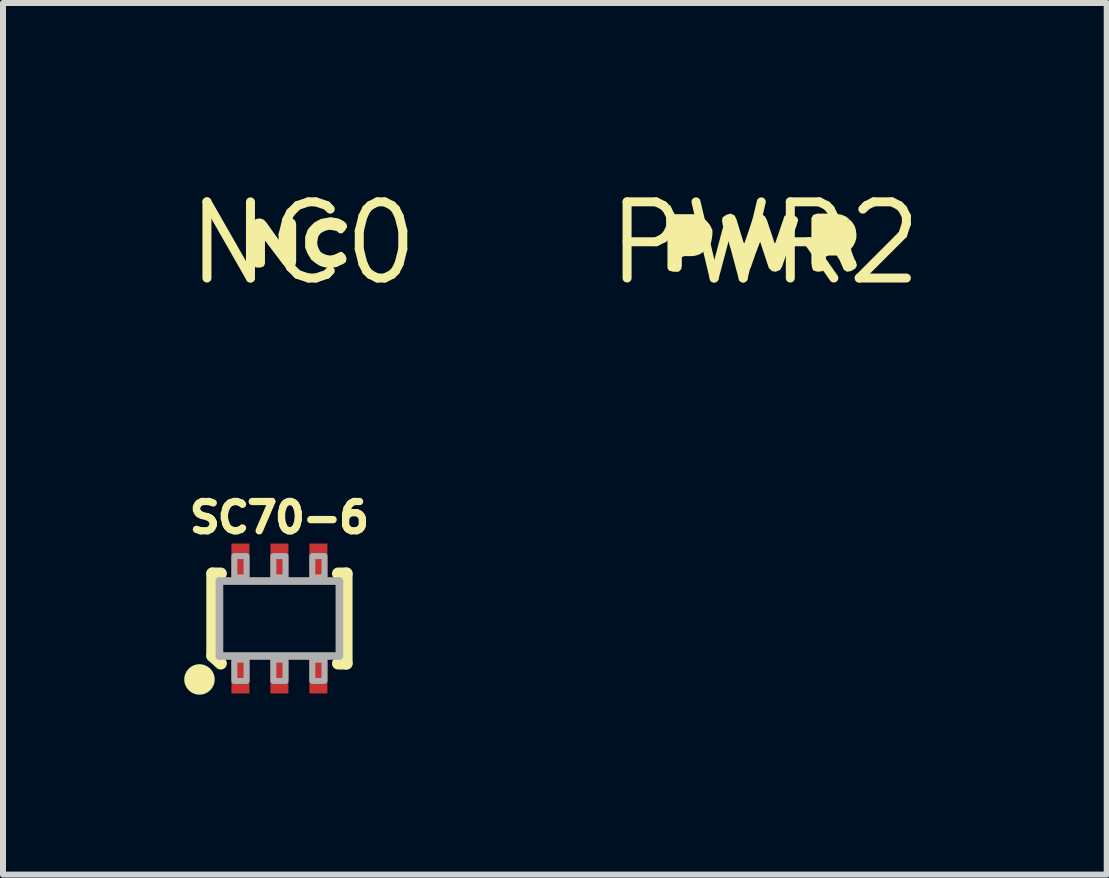
<source format=kicad_pcb>
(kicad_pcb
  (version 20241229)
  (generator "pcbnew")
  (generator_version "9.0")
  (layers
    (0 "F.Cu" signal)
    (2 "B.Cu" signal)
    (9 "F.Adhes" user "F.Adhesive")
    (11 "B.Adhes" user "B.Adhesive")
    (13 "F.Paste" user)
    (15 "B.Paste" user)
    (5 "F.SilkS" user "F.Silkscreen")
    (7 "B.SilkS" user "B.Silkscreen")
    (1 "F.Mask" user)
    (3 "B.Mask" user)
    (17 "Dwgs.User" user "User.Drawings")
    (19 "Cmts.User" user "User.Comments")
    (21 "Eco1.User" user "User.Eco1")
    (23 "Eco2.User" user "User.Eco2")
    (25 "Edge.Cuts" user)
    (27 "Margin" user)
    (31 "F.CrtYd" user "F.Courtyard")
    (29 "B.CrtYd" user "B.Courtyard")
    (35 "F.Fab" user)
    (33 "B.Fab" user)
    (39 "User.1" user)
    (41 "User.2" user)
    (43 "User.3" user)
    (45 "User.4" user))
  (footprint "SC70-6"
    (layer "F.Cu")
    (at 1.609 7.263)
    (property "Reference" "SC70-6" (at 0 -1.397 0) (unlocked yes) (layer "F.SilkS") (effects (font (size 0.488 0.488) (thickness 0.122)) (justify bottom)))
    (fp_line (start -1.118 -0.749) (end -1.118 0.622) (stroke (width 0.203) (type solid)) (layer "F.SilkS"))
    (fp_line (start -1.118 0.622) (end -0.978 0.749) (stroke (width 0.203) (type solid)) (layer "F.SilkS"))
    (fp_line (start -0.978 -0.749) (end -1.118 -0.749) (stroke (width 0.203) (type solid)) (layer "F.SilkS"))
    (fp_line (start 0.978 0.749) (end 1.118 0.749) (stroke (width 0.203) (type solid)) (layer "F.SilkS"))
    (fp_line (start 1.118 -0.749) (end 0.978 -0.749) (stroke (width 0.203) (type solid)) (layer "F.SilkS"))
    (fp_line (start 1.118 0.749) (end 1.118 -0.749) (stroke (width 0.203) (type solid)) (layer "F.SilkS"))
    (fp_circle (center -1.333 1.016) (end -1.206 1.016) (stroke (width 0.254) (type solid)) (fill yes) (layer "F.SilkS"))
    (fp_line (start -1 -0.625) (end -1 0.625) (stroke (width 0.127) (type solid)) (layer "F.Fab"))
    (fp_line (start -1 0.625) (end 1 0.625) (stroke (width 0.127) (type solid)) (layer "F.Fab"))
    (fp_line (start 1 -0.625) (end -1 -0.625) (stroke (width 0.127) (type solid)) (layer "F.Fab"))
    (fp_line (start 1 0.625) (end 1 -0.625) (stroke (width 0.127) (type solid)) (layer "F.Fab"))
    (fp_poly (pts (xy -0.752 -0.686) (xy -0.548 -0.686) (xy -0.548 -1.041) (xy -0.752 -1.041)) (stroke (width 0.1) (type default)) (fill no) (layer "F.Fab"))
    (fp_poly (pts (xy -0.752 1.041) (xy -0.548 1.041) (xy -0.548 0.686) (xy -0.752 0.686)) (stroke (width 0.1) (type default)) (fill no) (layer "F.Fab"))
    (fp_poly (pts (xy -0.102 -0.686) (xy 0.102 -0.686) (xy 0.102 -1.041) (xy -0.102 -1.041)) (stroke (width 0.1) (type default)) (fill no) (layer "F.Fab"))
    (fp_poly (pts (xy -0.102 1.041) (xy 0.102 1.041) (xy 0.102 0.686) (xy -0.102 0.686)) (stroke (width 0.1) (type default)) (fill no) (layer "F.Fab"))
    (fp_poly (pts (xy 0.548 -0.686) (xy 0.752 -0.686) (xy 0.752 -1.041) (xy 0.548 -1.041)) (stroke (width 0.1) (type default)) (fill no) (layer "F.Fab"))
    (fp_poly (pts (xy 0.548 1.041) (xy 0.752 1.041) (xy 0.752 0.686) (xy 0.548 0.686)) (stroke (width 0.1) (type default)) (fill no) (layer "F.Fab"))
    (pad "1" smd rect (at -0.65 0.92 180) (size 0.3 0.66) (layers "F.Cu" "F.Mask" "F.Paste"))
    (pad "2" smd rect (at 0 0.92 180) (size 0.3 0.66) (layers "F.Cu" "F.Mask" "F.Paste"))
    (pad "3" smd rect (at 0.65 0.92 180) (size 0.3 0.66) (layers "F.Cu" "F.Mask" "F.Paste"))
    (pad "4" smd rect (at 0.65 -0.92) (size 0.3 0.66) (layers "F.Cu" "F.Mask" "F.Paste"))
    (pad "5" smd rect (at 0 -0.92) (size 0.3 0.66) (layers "F.Cu" "F.Mask" "F.Paste"))
    (pad "6" smd rect (at -0.65 -0.92) (size 0.3 0.66) (layers "F.Cu" "F.Mask" "F.Paste")))
  (footprint "PWR2"
    (layer "F.Cu")
    (at 9.704 1.006)
    (property "Reference" "PWR2" (at 0 0 0) (layer "F.SilkS") (effects (font (size 1.27 1.27) (thickness 0.15))))
    (fp_poly (pts (xy -1.128 -0.475) (xy -1.067 -0.444) (xy -1.007 -0.404) (xy -0.956 -0.353) (xy -0.916 -0.303) (xy -0.875 -0.221) (xy -0.875 -0.15) (xy -0.885 -0.079) (xy -0.895 -0.019) (xy -0.926 0.053) (xy -0.967 0.104) (xy -1.084 0.182) (xy -1.083 0.183) (xy -1.088 0.185) (xy -1.092 0.187) (xy -1.093 0.186) (xy -1.149 0.205) (xy -1.21 0.215) (xy -1.349 0.215) (xy -1.385 0.233) (xy -1.385 0.37) (xy -1.395 0.432) (xy -1.438 0.475) (xy -1.531 0.475) (xy -1.603 0.454) (xy -1.625 0.411) (xy -1.625 -0.411) (xy -1.604 -0.464) (xy -1.541 -0.485) (xy -1.2 -0.485)) (stroke (width 0) (type default)) (fill yes) (layer "F.SilkS"))
    (fp_poly (pts (xy 0.462 -0.475) (xy 0.534 -0.434) (xy 0.555 -0.39) (xy 0.535 -0.318) (xy 0.285 0.392) (xy 0.253 0.444) (xy 0.181 0.475) (xy 0.118 0.465) (xy 0.066 0.413) (xy 0.045 0.352) (xy -0.08 -0.025) (xy -0.155 0.172) (xy -0.235 0.402) (xy -0.277 0.465) (xy -0.35 0.475) (xy -0.413 0.454) (xy -0.454 0.402) (xy -0.705 -0.309) (xy -0.715 -0.38) (xy -0.704 -0.433) (xy -0.642 -0.475) (xy -0.57 -0.495) (xy -0.506 -0.464) (xy -0.475 -0.402) (xy -0.356 -0.013) (xy -0.342 0.001) (xy -0.215 -0.372) (xy -0.184 -0.444) (xy -0.122 -0.475) (xy -0.049 -0.485) (xy 0.004 -0.443) (xy 0.035 -0.382) (xy 0.162 0.001) (xy 0.176 -0.013) (xy 0.326 -0.453) (xy 0.389 -0.495)) (stroke (width 0) (type default)) (fill yes) (layer "F.SilkS"))
    (fp_poly (pts (xy 1.281 -0.475) (xy 1.353 -0.444) (xy 1.407 -0.401) (xy 1.36 -0.347) (xy 1.41 -0.397) (xy 1.454 -0.353) (xy 1.495 -0.292) (xy 1.515 -0.231) (xy 1.525 -0.16) (xy 1.525 -0.089) (xy 1.505 -0.018) (xy 1.474 0.043) (xy 1.435 0.091) (xy 1.445 0.139) (xy 1.494 0.268) (xy 1.515 0.298) (xy 1.535 0.371) (xy 1.504 0.424) (xy 1.432 0.465) (xy 1.369 0.475) (xy 1.316 0.443) (xy 1.246 0.282) (xy 1.197 0.205) (xy 1.061 0.205) (xy 1.015 0.223) (xy 1.015 0.36) (xy 1.005 0.422) (xy 0.962 0.465) (xy 0.88 0.475) (xy 0.806 0.454) (xy 0.785 0.401) (xy 0.775 0.33) (xy 0.775 -0.421) (xy 0.807 -0.474) (xy 0.879 -0.495) (xy 1.16 -0.495)) (stroke (width 0) (type default)) (fill yes) (layer "F.SilkS")))
  (footprint "NC0"
    (layer "F.Cu")
    (at 2.003 1.006)
    (property "Reference" "NC0" (at 0 0 0) (layer "F.SilkS") (effects (font (size 1.27 1.27) (thickness 0.15))))
    (fp_poly (pts (xy -0.657 -0.394) (xy -0.616 -0.353) (xy -0.446 -0.113) (xy -0.325 0.045) (xy -0.325 -0.341) (xy -0.304 -0.394) (xy -0.251 -0.415) (xy -0.178 -0.415) (xy -0.136 -0.383) (xy -0.115 -0.331) (xy -0.115 0.3) (xy -0.125 0.362) (xy -0.158 0.395) (xy -0.23 0.405) (xy -0.282 0.405) (xy -0.334 0.353) (xy -0.635 -0.045) (xy -0.635 0.341) (xy -0.656 0.384) (xy -0.709 0.405) (xy -0.782 0.405) (xy -0.825 0.373) (xy -0.835 0.32) (xy -0.835 -0.32) (xy -0.825 -0.373) (xy -0.782 -0.405) (xy -0.72 -0.415)) (stroke (width 0) (type default)) (fill yes) (layer "F.SilkS"))
    (fp_poly (pts (xy 0.521 -0.425) (xy 0.581 -0.415) (xy 0.632 -0.394) (xy 0.683 -0.364) (xy 0.725 -0.322) (xy 0.735 -0.269) (xy 0.694 -0.207) (xy 0.652 -0.165) (xy 0.608 -0.165) (xy 0.558 -0.205) (xy 0.509 -0.215) (xy 0.44 -0.225) (xy 0.391 -0.215) (xy 0.342 -0.196) (xy 0.293 -0.166) (xy 0.255 -0.118) (xy 0.245 -0.069) (xy 0.235 -0.01) (xy 0.245 0.049) (xy 0.264 0.098) (xy 0.294 0.146) (xy 0.342 0.176) (xy 0.391 0.195) (xy 0.45 0.205) (xy 0.509 0.195) (xy 0.558 0.175) (xy 0.619 0.145) (xy 0.652 0.145) (xy 0.704 0.197) (xy 0.725 0.249) (xy 0.715 0.313) (xy 0.672 0.344) (xy 0.622 0.365) (xy 0.562 0.395) (xy 0.5 0.405) (xy 0.39 0.405) (xy 0.339 0.395) (xy 0.278 0.375) (xy 0.227 0.344) (xy 0.187 0.314) (xy 0.136 0.273) (xy 0.106 0.223) (xy 0.076 0.172) (xy 0.055 0.122) (xy 0.035 0.071) (xy 0.035 -0.111) (xy 0.055 -0.162) (xy 0.076 -0.222) (xy 0.106 -0.263) (xy 0.146 -0.304) (xy 0.187 -0.344) (xy 0.238 -0.374) (xy 0.298 -0.405) (xy 0.349 -0.415) (xy 0.409 -0.425) (xy 0.46 -0.435)) (stroke (width 0) (type default)) (fill yes) (layer "F.SilkS")))
  (gr_rect
    (start -3 -3)
    (end 15.403 11.533)
    (stroke (width 0.1) (type default))
    (fill no)
    (layer "Edge.Cuts")))
</source>
